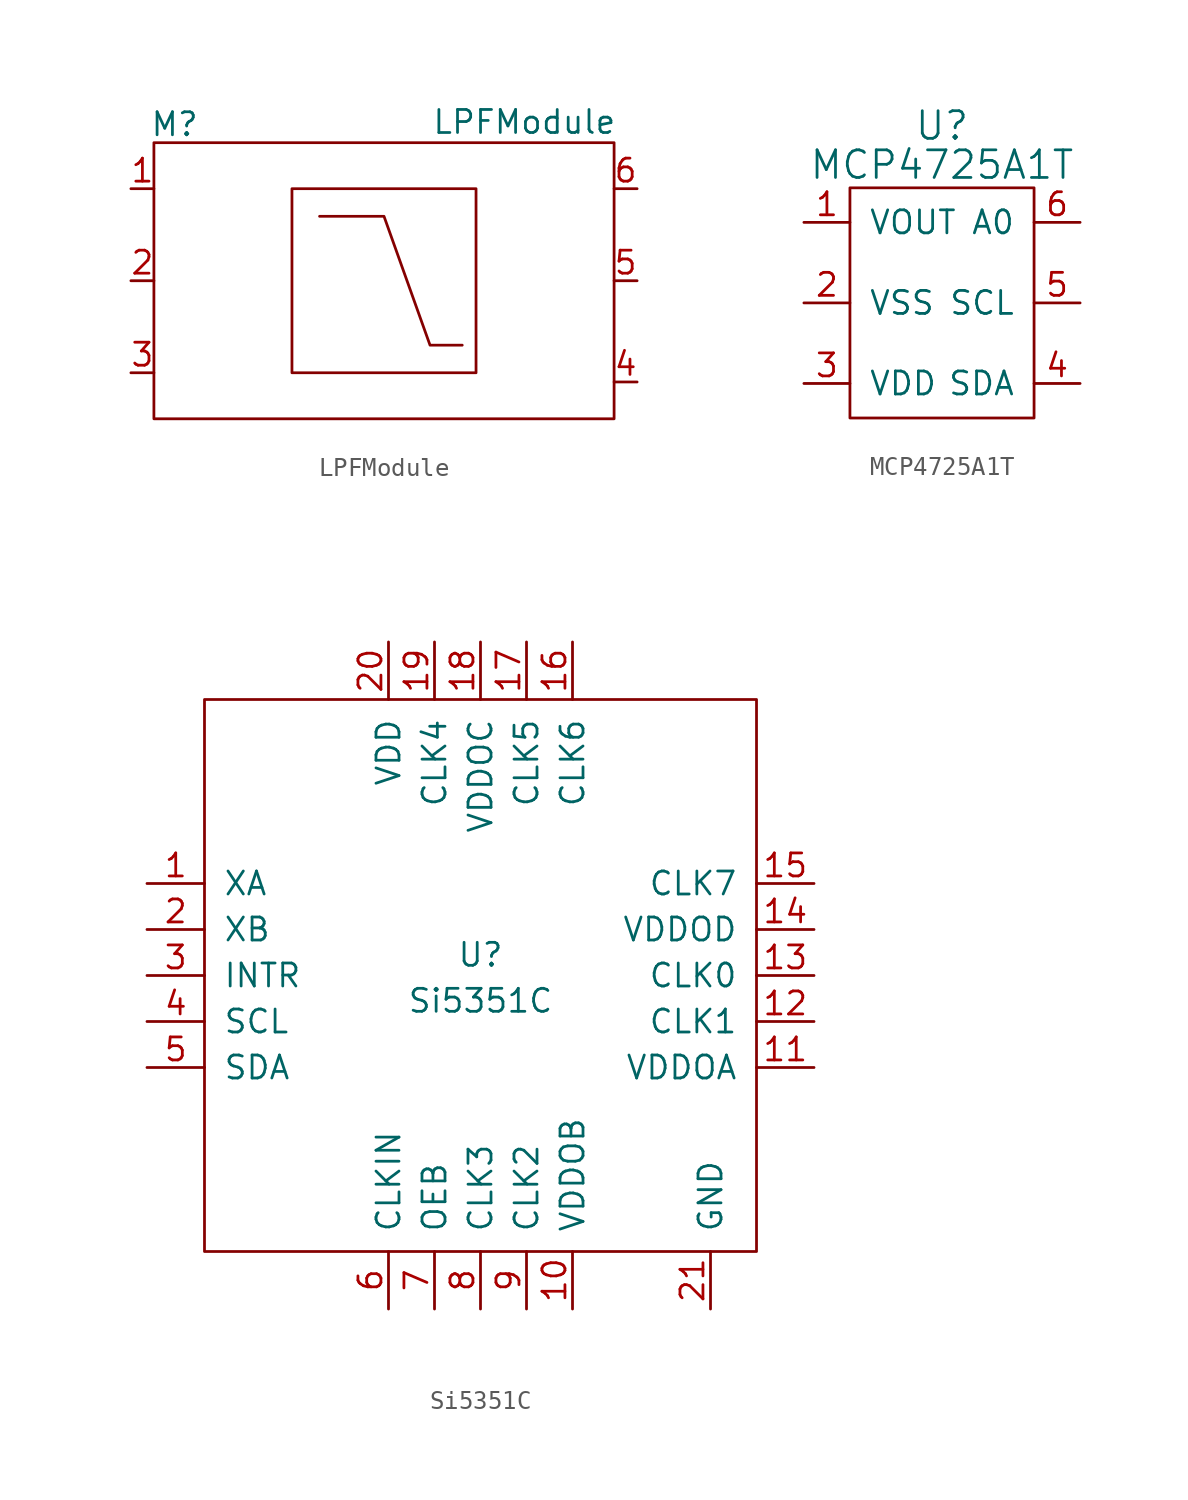
<source format=kicad_sym>
(kicad_symbol_lib
  (version 20220914)
  (generator kicad_symbol_editor)
  (symbol "LPFModule"
    (pin_names
      (offset 1.016))
    (property "Reference" "M"
      (at -11.557 8.636 0)
      (effects (font (size 1.27 1.27))))
    (property "Value" "LPFModule"
      (at 7.747 8.763 0)
      (effects (font (size 1.27 1.27))))
    (property "Footprint" ""
      (at 0 0 0)
      (effects (font (size 1.778 1.778))))
    (property "Datasheet" ""
      (at 0 0 0)
      (effects (font (size 1.778 1.778))))
    (symbol "LPFModule_0_1"
      (rectangle (start -12.7 -7.62) (end 12.7 7.62) (stroke (width 0) (type solid)) (fill (type none)))
      (rectangle (start -5.08 5.08) (end 5.08 -5.08) (stroke (width 0) (type solid)) (fill (type none)))
      (polyline (pts (xy -3.556 3.556) (xy 0 3.556) (xy 2.54 -3.556) (xy 4.318 -3.556)) (stroke (width 0) (type solid)) (fill (type none)))
      (pin passive line (at -13.97 5.08 0) (length 1.27) (name "~" (effects (font (size 1.27 1.27)))) (number "1" (effects (font (size 1.27 1.27)))))
      (pin passive line (at -13.97 0 0) (length 1.27) (name "~" (effects (font (size 1.27 1.27)))) (number "2" (effects (font (size 1.27 1.27)))))
      (pin passive line (at -13.97 -5.08 0) (length 1.27) (name "~" (effects (font (size 1.27 1.27)))) (number "3" (effects (font (size 1.27 1.27)))))
      (pin passive line (at 13.97 -5.588 180) (length 1.27) (name "~" (effects (font (size 1.27 1.27)))) (number "4" (effects (font (size 1.27 1.27)))))
      (pin passive line (at 13.97 0 180) (length 1.27) (name "~" (effects (font (size 1.27 1.27)))) (number "5" (effects (font (size 1.27 1.27)))))
      (pin passive line (at 13.97 5.08 180) (length 1.27) (name "~" (effects (font (size 1.27 1.27)))) (number "6" (effects (font (size 1.27 1.27)))))))
  (symbol "MCP4725A1T"
    (pin_names
      (offset 1.016))
    (property "Reference" "U"
      (at 0 9.779 0)
      (effects (font (size 1.524 1.524))))
    (property "Value" "MCP4725A1T"
      (at 0 7.62 0)
      (effects (font (size 1.524 1.524))))
    (property "Footprint" ""
      (at 0 0 0)
      (effects (font (size 1.524 1.524))))
    (property "Datasheet" ""
      (at 0 0 0)
      (effects (font (size 1.524 1.524))))
    (symbol "MCP4725A1T_0_1"
      (rectangle (start -5.08 6.35) (end 5.08 -6.35) (stroke (width 0) (type solid)) (fill (type none))))
    (symbol "MCP4725A1T_1_1"
      (pin passive line (at -7.62 4.445 0) (length 2.54) (name "VOUT" (effects (font (size 1.27 1.27)))) (number "1" (effects (font (size 1.27 1.27)))))
      (pin passive line (at -7.62 0 0) (length 2.54) (name "VSS" (effects (font (size 1.27 1.27)))) (number "2" (effects (font (size 1.27 1.27)))))
      (pin passive line (at -7.62 -4.445 0) (length 2.54) (name "VDD" (effects (font (size 1.27 1.27)))) (number "3" (effects (font (size 1.27 1.27)))))
      (pin passive line (at 7.62 -4.445 180) (length 2.54) (name "SDA" (effects (font (size 1.27 1.27)))) (number "4" (effects (font (size 1.27 1.27)))))
      (pin passive line (at 7.62 0 180) (length 2.54) (name "SCL" (effects (font (size 1.27 1.27)))) (number "5" (effects (font (size 1.27 1.27)))))
      (pin passive line (at 7.62 4.445 180) (length 2.54) (name "A0" (effects (font (size 1.27 1.27)))) (number "6" (effects (font (size 1.27 1.27)))))))
  (symbol "Si5351C"
    (pin_names
      (offset 1.016))
    (property "Reference" "U"
      (at 0 1.143 0)
      (effects (font (size 1.27 1.27))))
    (property "Value" "Si5351C"
      (at 0 -1.397 0)
      (effects (font (size 1.27 1.27))))
    (symbol "Si5351C_1_0"
      (rectangle (start -15.24 -15.24) (end 15.24 15.24) (stroke (width 0) (type solid)) (fill (type none))))
    (symbol "Si5351C_1_1"
      (pin passive line (at -18.415 5.08 0) (length 3.175) (name "XA" (effects (font (size 1.27 1.27)))) (number "1" (effects (font (size 1.27 1.27)))))
      (pin passive line (at 5.08 -18.415 90) (length 3.175) (name "VDDOB" (effects (font (size 1.27 1.27)))) (number "10" (effects (font (size 1.27 1.27)))))
      (pin passive line (at 18.415 -5.08 180) (length 3.175) (name "VDDOA" (effects (font (size 1.27 1.27)))) (number "11" (effects (font (size 1.27 1.27)))))
      (pin passive line (at 18.415 -2.54 180) (length 3.175) (name "CLK1" (effects (font (size 1.27 1.27)))) (number "12" (effects (font (size 1.27 1.27)))))
      (pin passive line (at 18.415 0 180) (length 3.175) (name "CLK0" (effects (font (size 1.27 1.27)))) (number "13" (effects (font (size 1.27 1.27)))))
      (pin passive line (at 18.415 2.54 180) (length 3.175) (name "VDDOD" (effects (font (size 1.27 1.27)))) (number "14" (effects (font (size 1.27 1.27)))))
      (pin passive line (at 18.415 5.08 180) (length 3.175) (name "CLK7" (effects (font (size 1.27 1.27)))) (number "15" (effects (font (size 1.27 1.27)))))
      (pin passive line (at 5.08 18.415 270) (length 3.175) (name "CLK6" (effects (font (size 1.27 1.27)))) (number "16" (effects (font (size 1.27 1.27)))))
      (pin passive line (at 2.54 18.415 270) (length 3.175) (name "CLK5" (effects (font (size 1.27 1.27)))) (number "17" (effects (font (size 1.27 1.27)))))
      (pin passive line (at 0 18.415 270) (length 3.175) (name "VDDOC" (effects (font (size 1.27 1.27)))) (number "18" (effects (font (size 1.27 1.27)))))
      (pin passive line (at -2.54 18.415 270) (length 3.175) (name "CLK4" (effects (font (size 1.27 1.27)))) (number "19" (effects (font (size 1.27 1.27)))))
      (pin passive line (at -18.415 2.54 0) (length 3.175) (name "XB" (effects (font (size 1.27 1.27)))) (number "2" (effects (font (size 1.27 1.27)))))
      (pin passive line (at -5.08 18.415 270) (length 3.175) (name "VDD" (effects (font (size 1.27 1.27)))) (number "20" (effects (font (size 1.27 1.27)))))
      (pin passive line (at 12.7 -18.415 90) (length 3.175) (name "GND" (effects (font (size 1.27 1.27)))) (number "21" (effects (font (size 1.27 1.27)))))
      (pin passive line (at -18.415 0 0) (length 3.175) (name "INTR" (effects (font (size 1.27 1.27)))) (number "3" (effects (font (size 1.27 1.27)))))
      (pin passive line (at -18.415 -2.54 0) (length 3.175) (name "SCL" (effects (font (size 1.27 1.27)))) (number "4" (effects (font (size 1.27 1.27)))))
      (pin passive line (at -18.415 -5.08 0) (length 3.175) (name "SDA" (effects (font (size 1.27 1.27)))) (number "5" (effects (font (size 1.27 1.27)))))
      (pin passive line (at -5.08 -18.415 90) (length 3.175) (name "CLKIN" (effects (font (size 1.27 1.27)))) (number "6" (effects (font (size 1.27 1.27)))))
      (pin passive line (at -2.54 -18.415 90) (length 3.175) (name "OEB" (effects (font (size 1.27 1.27)))) (number "7" (effects (font (size 1.27 1.27)))))
      (pin passive line (at 0 -18.415 90) (length 3.175) (name "CLK3" (effects (font (size 1.27 1.27)))) (number "8" (effects (font (size 1.27 1.27)))))
      (pin passive line (at 2.54 -18.415 90) (length 3.175) (name "CLK2" (effects (font (size 1.27 1.27)))) (number "9" (effects (font (size 1.27 1.27))))))))
</source>
